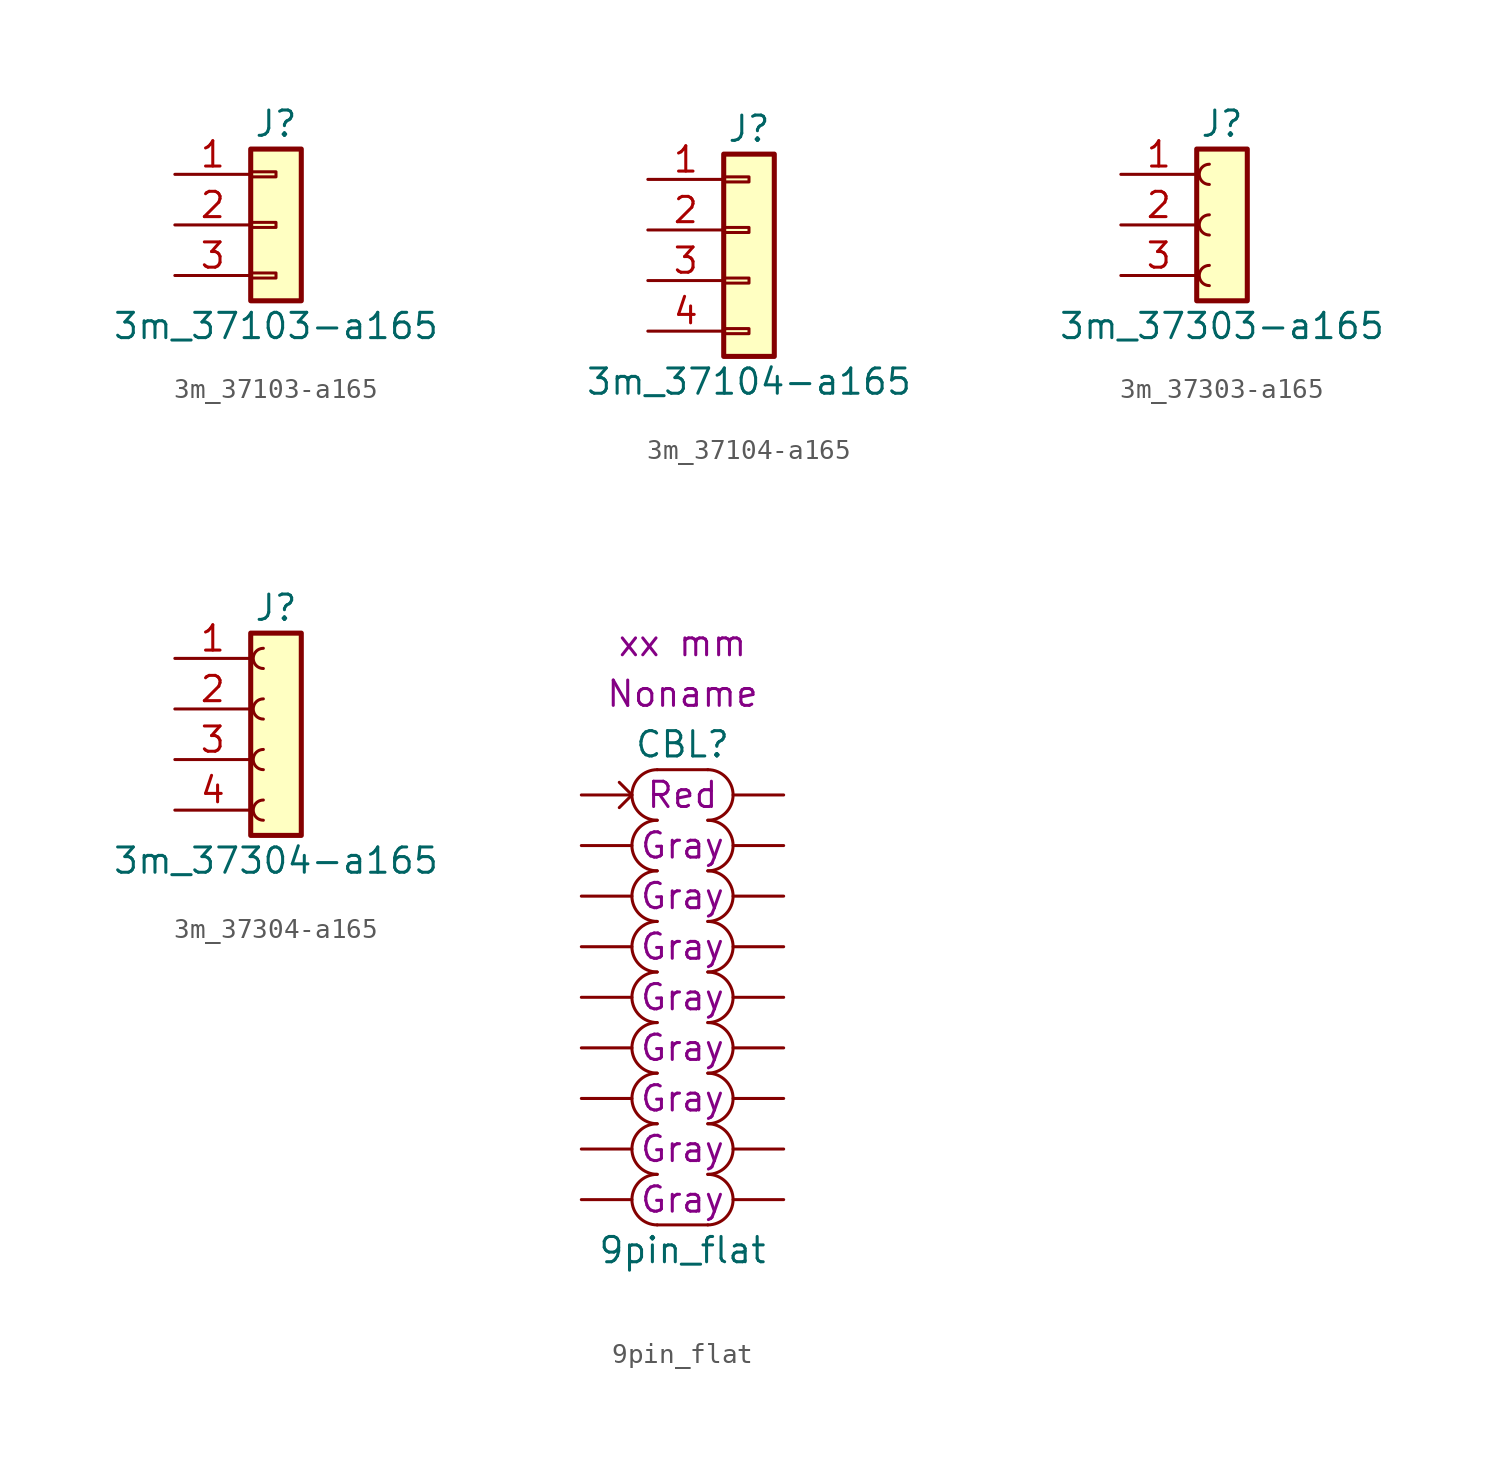
<source format=kicad_sym>
(kicad_symbol_lib
  (version 20220914)
  (generator kicad_symbol_editor)
  (symbol "3m_37103-a165"
    (pin_names
      (offset 1.016) hide)
    (property "Reference" "J"
      (at 0 5.08 0)
      (effects (font (size 1.27 1.27))))
    (property "Value" "3m_37103-a165"
      (at 0 -5.08 0)
      (effects (font (size 1.27 1.27))))
    (symbol "3m_37103-a165_1_1"
      (rectangle (start -1.27 -2.413) (end 0 -2.667) (stroke (width 0.152) (type default)) (fill (type none)))
      (rectangle (start -1.27 0.127) (end 0 -0.127) (stroke (width 0.152) (type default)) (fill (type none)))
      (rectangle (start -1.27 2.667) (end 0 2.413) (stroke (width 0.152) (type default)) (fill (type none)))
      (rectangle (start -1.27 3.81) (end 1.27 -3.81) (stroke (width 0.254) (type default)) (fill (type background)))
      (pin passive line (at -5.08 2.54 0) (length 3.81) (name "Pin_1" (effects (font (size 1.27 1.27)))) (number "1" (effects (font (size 1.27 1.27)))))
      (pin passive line (at -5.08 0 0) (length 3.81) (name "Pin_2" (effects (font (size 1.27 1.27)))) (number "2" (effects (font (size 1.27 1.27)))))
      (pin passive line (at -5.08 -2.54 0) (length 3.81) (name "Pin_3" (effects (font (size 1.27 1.27)))) (number "3" (effects (font (size 1.27 1.27)))))))
  (symbol "3m_37104-a165"
    (pin_names
      (offset 1.016) hide)
    (property "Reference" "J"
      (at 0 6.35 0)
      (effects (font (size 1.27 1.27))))
    (property "Value" "3m_37104-a165"
      (at 0 -6.35 0)
      (effects (font (size 1.27 1.27))))
    (symbol "3m_37104-a165_1_1"
      (rectangle (start -1.27 -3.683) (end 0 -3.937) (stroke (width 0.152) (type default)) (fill (type none)))
      (rectangle (start -1.27 -1.143) (end 0 -1.397) (stroke (width 0.152) (type default)) (fill (type none)))
      (rectangle (start -1.27 1.397) (end 0 1.143) (stroke (width 0.152) (type default)) (fill (type none)))
      (rectangle (start -1.27 3.937) (end 0 3.683) (stroke (width 0.152) (type default)) (fill (type none)))
      (rectangle (start -1.27 5.08) (end 1.27 -5.08) (stroke (width 0.254) (type default)) (fill (type background)))
      (pin passive line (at -5.08 3.81 0) (length 3.81) (name "Pin_1" (effects (font (size 1.27 1.27)))) (number "1" (effects (font (size 1.27 1.27)))))
      (pin passive line (at -5.08 1.27 0) (length 3.81) (name "Pin_2" (effects (font (size 1.27 1.27)))) (number "2" (effects (font (size 1.27 1.27)))))
      (pin passive line (at -5.08 -1.27 0) (length 3.81) (name "Pin_3" (effects (font (size 1.27 1.27)))) (number "3" (effects (font (size 1.27 1.27)))))
      (pin passive line (at -5.08 -3.81 0) (length 3.81) (name "Pin_4" (effects (font (size 1.27 1.27)))) (number "4" (effects (font (size 1.27 1.27)))))))
  (symbol "3m_37303-a165"
    (pin_names
      (offset 1.016) hide)
    (property "Reference" "J"
      (at 0 5.08 0)
      (effects (font (size 1.27 1.27))))
    (property "Value" "3m_37303-a165"
      (at 0 -5.08 0)
      (effects (font (size 1.27 1.27))))
    (symbol "3m_37303-a165_1_1"
      (rectangle (start -1.27 3.81) (end 1.27 -3.81) (stroke (width 0.254) (type default)) (fill (type background)))
      (arc (start -0.635 -2.032) (mid -1.1408 -2.54) (end -0.635 -3.048) (stroke (width 0) (type default)) (fill (type none)))
      (arc (start -0.635 0.508) (mid -1.1408 0) (end -0.635 -0.508) (stroke (width 0) (type default)) (fill (type none)))
      (arc (start -0.635 3.048) (mid -1.1408 2.54) (end -0.635 2.032) (stroke (width 0) (type default)) (fill (type none)))
      (pin passive line (at -5.08 2.54 0) (length 3.81) (name "Pin_1" (effects (font (size 1.27 1.27)))) (number "1" (effects (font (size 1.27 1.27)))))
      (pin passive line (at -5.08 0 0) (length 3.81) (name "Pin_2" (effects (font (size 1.27 1.27)))) (number "2" (effects (font (size 1.27 1.27)))))
      (pin passive line (at -5.08 -2.54 0) (length 3.81) (name "Pin_3" (effects (font (size 1.27 1.27)))) (number "3" (effects (font (size 1.27 1.27)))))))
  (symbol "3m_37304-a165"
    (pin_names
      (offset 1.016) hide)
    (property "Reference" "J"
      (at 0 6.35 0)
      (effects (font (size 1.27 1.27))))
    (property "Value" "3m_37304-a165"
      (at 0 -6.35 0)
      (effects (font (size 1.27 1.27))))
    (symbol "3m_37304-a165_1_1"
      (rectangle (start -1.27 5.08) (end 1.27 -5.08) (stroke (width 0.254) (type default)) (fill (type background)))
      (arc (start -0.635 -3.302) (mid -1.1408 -3.81) (end -0.635 -4.318) (stroke (width 0) (type default)) (fill (type none)))
      (arc (start -0.635 -0.762) (mid -1.1408 -1.27) (end -0.635 -1.778) (stroke (width 0) (type default)) (fill (type none)))
      (arc (start -0.635 1.778) (mid -1.1408 1.27) (end -0.635 0.762) (stroke (width 0) (type default)) (fill (type none)))
      (arc (start -0.635 4.318) (mid -1.1408 3.81) (end -0.635 3.302) (stroke (width 0) (type default)) (fill (type none)))
      (pin passive line (at -5.08 3.81 0) (length 3.81) (name "Pin_1" (effects (font (size 1.27 1.27)))) (number "1" (effects (font (size 1.27 1.27)))))
      (pin passive line (at -5.08 1.27 0) (length 3.81) (name "Pin_2" (effects (font (size 1.27 1.27)))) (number "2" (effects (font (size 1.27 1.27)))))
      (pin passive line (at -5.08 -1.27 0) (length 3.81) (name "Pin_3" (effects (font (size 1.27 1.27)))) (number "3" (effects (font (size 1.27 1.27)))))
      (pin passive line (at -5.08 -3.81 0) (length 3.81) (name "Pin_4" (effects (font (size 1.27 1.27)))) (number "4" (effects (font (size 1.27 1.27)))))))
  (symbol "9pin_flat"
    (pin_numbers hide)
    (pin_names hide)
    (property "Reference" "CBL"
      (at 0 13.97 0)
      (effects (font (size 1.27 1.27))))
    (property "Value" "9pin_flat"
      (at 0 -11.43 0)
      (effects (font (size 1.27 1.27))))
    (property "color1" "Red"
      (at 0 11.43 0)
      (effects (font (size 1.27 1.27))))
    (property "color2" "Gray"
      (at 0 8.89 0)
      (effects (font (size 1.27 1.27))))
    (property "color3" "Gray"
      (at 0 6.35 0)
      (effects (font (size 1.27 1.27))))
    (property "color4" "Gray"
      (at 0 3.81 0)
      (effects (font (size 1.27 1.27))))
    (property "Length" "xx mm"
      (at 0 19.05 0)
      (effects (font (size 1.27 1.27))))
    (property "Harness_name" "Noname"
      (at 0 16.51 0)
      (effects (font (size 1.27 1.27))))
    (property "color5" "Gray"
      (at 0 1.27 0)
      (effects (font (size 1.27 1.27))))
    (property "color6" "Gray"
      (at 0 -1.27 0)
      (effects (font (size 1.27 1.27))))
    (property "color7" "Gray"
      (at 0 -3.81 0)
      (effects (font (size 1.27 1.27))))
    (property "color8" "Gray"
      (at 0 -6.35 0)
      (effects (font (size 1.27 1.27))))
    (property "color9" "Gray"
      (at 0 -8.89 0)
      (effects (font (size 1.27 1.27))))
    (symbol "9pin_flat_0_0"
      (arc (start -1.27 12.7) (mid -2.5345 11.43) (end -1.27 10.16) (stroke (width 0) (type default)) (fill (type none)))
      (polyline (pts (xy -1.27 12.7) (xy 1.27 12.7)) (stroke (width 0) (type default)) (fill (type none)))
      (pin passive line (at 5.08 -1.27 180) (length 2.54) (name "C6.2" (effects (font (size 1.27 1.27)))) (number "12" (effects (font (size 1.27 1.27)))))
      (pin passive line (at -5.08 -3.81 0) (length 2.54) (name "C7.1" (effects (font (size 1.27 1.27)))) (number "13" (effects (font (size 1.27 1.27))))))
    (symbol "9pin_flat_0_1"
      (polyline (pts (xy -1.27 -10.16) (xy 1.27 -10.16)) (stroke (width 0) (type default)) (fill (type none)))
      (polyline (pts (xy -3.175 12.065) (xy -2.54 11.43) (xy -3.175 10.795)) (stroke (width 0) (type default)) (fill (type none))))
    (symbol "9pin_flat_1_1"
      (arc (start -1.27 -7.62) (mid -2.5345 -8.89) (end -1.27 -10.16) (stroke (width 0) (type default)) (fill (type none)))
      (arc (start -1.27 -5.08) (mid -2.5345 -6.35) (end -1.27 -7.62) (stroke (width 0) (type default)) (fill (type none)))
      (arc (start -1.27 -2.54) (mid -2.5345 -3.81) (end -1.27 -5.08) (stroke (width 0) (type default)) (fill (type none)))
      (arc (start -1.27 0) (mid -2.5345 -1.27) (end -1.27 -2.54) (stroke (width 0) (type default)) (fill (type none)))
      (arc (start -1.27 2.54) (mid -2.5345 1.27) (end -1.27 0) (stroke (width 0) (type default)) (fill (type none)))
      (arc (start -1.27 5.08) (mid -2.5345 3.81) (end -1.27 2.54) (stroke (width 0) (type default)) (fill (type none)))
      (arc (start -1.27 7.62) (mid -2.5345 6.35) (end -1.27 5.08) (stroke (width 0) (type default)) (fill (type none)))
      (arc (start -1.27 10.16) (mid -2.5345 8.89) (end -1.27 7.62) (stroke (width 0) (type default)) (fill (type none)))
      (arc (start 1.27 -10.16) (mid 2.5345 -8.89) (end 1.27 -7.62) (stroke (width 0) (type default)) (fill (type none)))
      (arc (start 1.27 -7.62) (mid 2.5345 -6.35) (end 1.27 -5.08) (stroke (width 0) (type default)) (fill (type none)))
      (arc (start 1.27 -5.08) (mid 2.5345 -3.81) (end 1.27 -2.54) (stroke (width 0) (type default)) (fill (type none)))
      (arc (start 1.27 -2.54) (mid 2.5345 -1.27) (end 1.27 0) (stroke (width 0) (type default)) (fill (type none)))
      (arc (start 1.27 0) (mid 2.5345 1.27) (end 1.27 2.54) (stroke (width 0) (type default)) (fill (type none)))
      (arc (start 1.27 2.54) (mid 2.5345 3.81) (end 1.27 5.08) (stroke (width 0) (type default)) (fill (type none)))
      (arc (start 1.27 5.08) (mid 2.5345 6.35) (end 1.27 7.62) (stroke (width 0) (type default)) (fill (type none)))
      (arc (start 1.27 7.62) (mid 2.5345 8.89) (end 1.27 10.16) (stroke (width 0) (type default)) (fill (type none)))
      (arc (start 1.27 10.16) (mid 2.5345 11.43) (end 1.27 12.7) (stroke (width 0) (type default)) (fill (type none)))
      (pin passive line (at -5.08 11.43 0) (length 2.54) (name "C1.1" (effects (font (size 1.27 1.27)))) (number "1" (effects (font (size 1.27 1.27)))))
      (pin passive line (at 5.08 1.27 180) (length 2.54) (name "C5.2" (effects (font (size 1.27 1.27)))) (number "10" (effects (font (size 1.27 1.27)))))
      (pin passive line (at -5.08 -1.27 0) (length 2.54) (name "C6.1" (effects (font (size 1.27 1.27)))) (number "11" (effects (font (size 1.27 1.27)))))
      (pin passive line (at 5.08 -3.81 180) (length 2.54) (name "C7.2" (effects (font (size 1.27 1.27)))) (number "14" (effects (font (size 1.27 1.27)))))
      (pin passive line (at -5.08 -6.35 0) (length 2.54) (name "C8.1" (effects (font (size 1.27 1.27)))) (number "15" (effects (font (size 1.27 1.27)))))
      (pin passive line (at 5.08 -6.35 180) (length 2.54) (name "C8.2" (effects (font (size 1.27 1.27)))) (number "16" (effects (font (size 1.27 1.27)))))
      (pin passive line (at -5.08 -8.89 0) (length 2.54) (name "C9.1" (effects (font (size 1.27 1.27)))) (number "17" (effects (font (size 1.27 1.27)))))
      (pin passive line (at 5.08 -8.89 180) (length 2.54) (name "C9.2" (effects (font (size 1.27 1.27)))) (number "18" (effects (font (size 1.27 1.27)))))
      (pin passive line (at 5.08 11.43 180) (length 2.54) (name "C1.2" (effects (font (size 1.27 1.27)))) (number "2" (effects (font (size 1.27 1.27)))))
      (pin passive line (at -5.08 8.89 0) (length 2.54) (name "C2.1" (effects (font (size 1.27 1.27)))) (number "3" (effects (font (size 1.27 1.27)))))
      (pin passive line (at 5.08 8.89 180) (length 2.54) (name "C2.2" (effects (font (size 1.27 1.27)))) (number "4" (effects (font (size 1.27 1.27)))))
      (pin passive line (at -5.08 6.35 0) (length 2.54) (name "C3.1" (effects (font (size 1.27 1.27)))) (number "5" (effects (font (size 1.27 1.27)))))
      (pin passive line (at 5.08 6.35 180) (length 2.54) (name "C3.2" (effects (font (size 1.27 1.27)))) (number "6" (effects (font (size 1.27 1.27)))))
      (pin passive line (at -5.08 3.81 0) (length 2.54) (name "C4.1" (effects (font (size 1.27 1.27)))) (number "7" (effects (font (size 1.27 1.27)))))
      (pin passive line (at 5.08 3.81 180) (length 2.54) (name "C4.2" (effects (font (size 1.27 1.27)))) (number "8" (effects (font (size 1.27 1.27)))))
      (pin passive line (at -5.08 1.27 0) (length 2.54) (name "C5.1" (effects (font (size 1.27 1.27)))) (number "9" (effects (font (size 1.27 1.27))))))))
</source>
